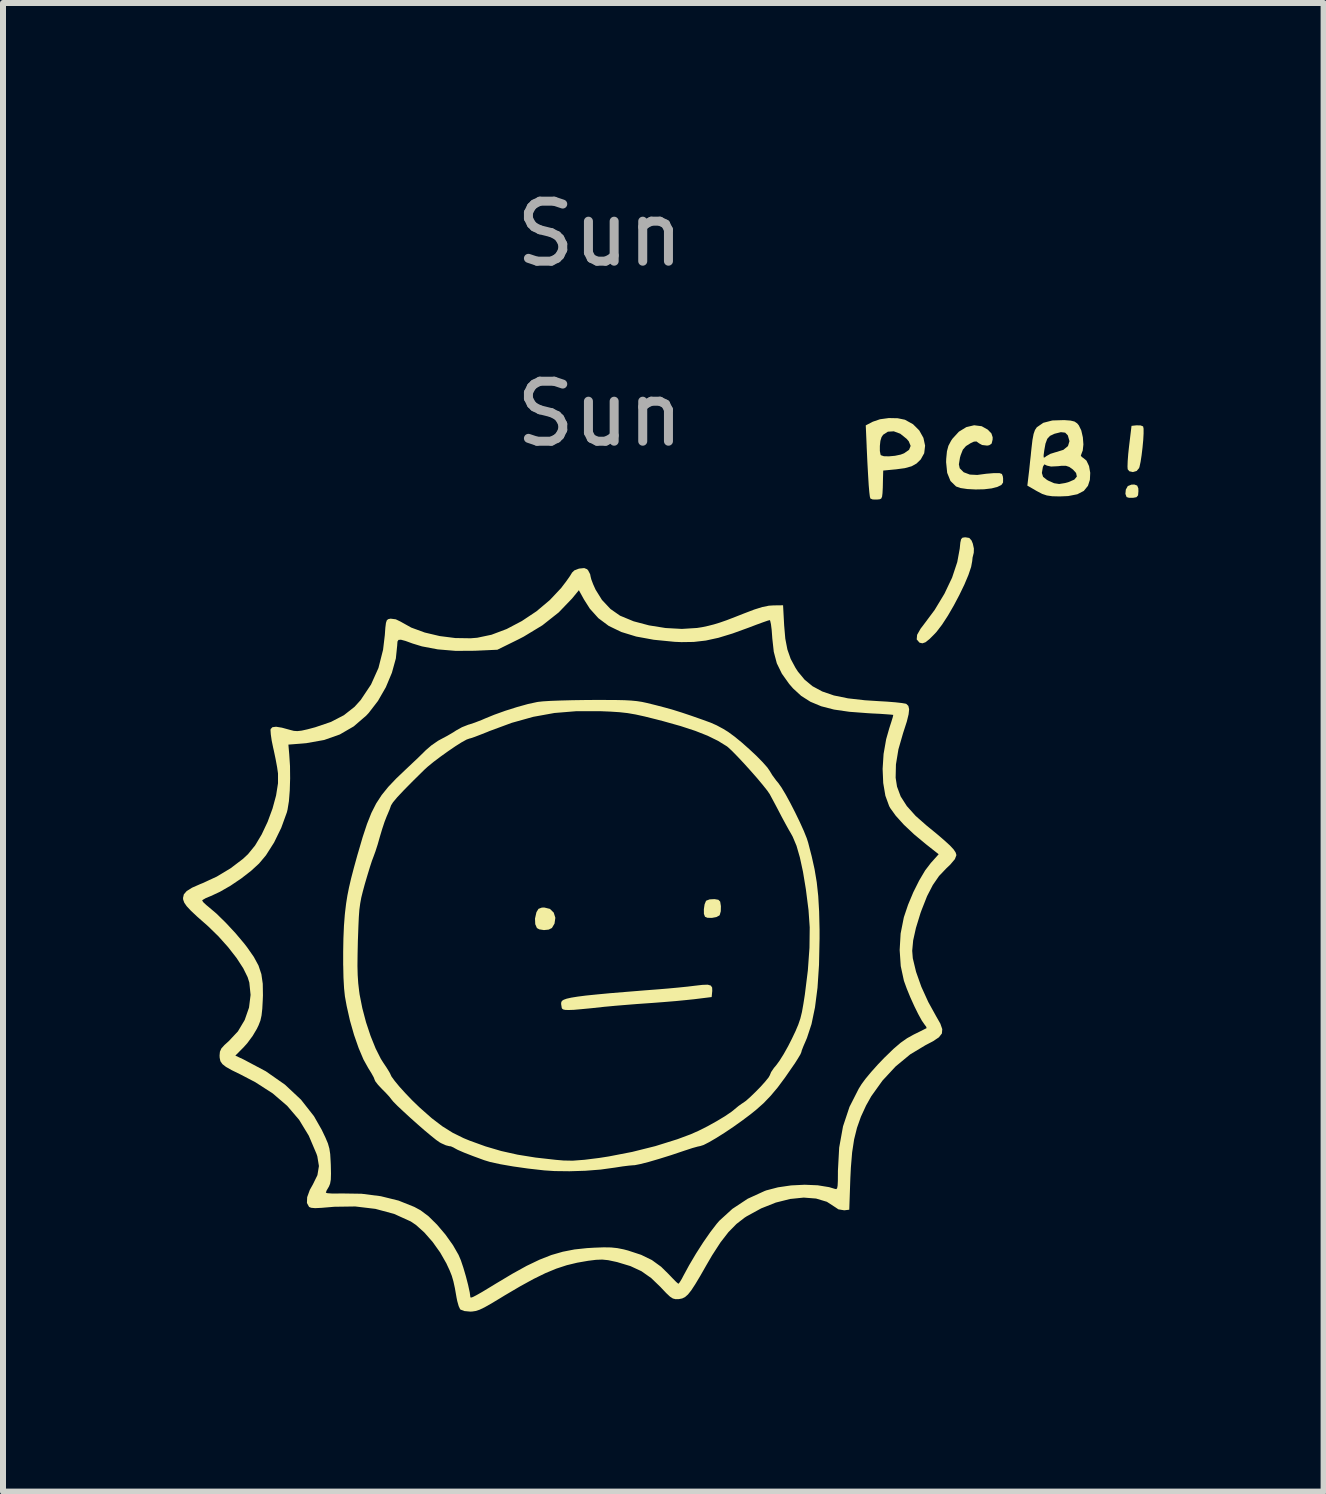
<source format=kicad_pcb>
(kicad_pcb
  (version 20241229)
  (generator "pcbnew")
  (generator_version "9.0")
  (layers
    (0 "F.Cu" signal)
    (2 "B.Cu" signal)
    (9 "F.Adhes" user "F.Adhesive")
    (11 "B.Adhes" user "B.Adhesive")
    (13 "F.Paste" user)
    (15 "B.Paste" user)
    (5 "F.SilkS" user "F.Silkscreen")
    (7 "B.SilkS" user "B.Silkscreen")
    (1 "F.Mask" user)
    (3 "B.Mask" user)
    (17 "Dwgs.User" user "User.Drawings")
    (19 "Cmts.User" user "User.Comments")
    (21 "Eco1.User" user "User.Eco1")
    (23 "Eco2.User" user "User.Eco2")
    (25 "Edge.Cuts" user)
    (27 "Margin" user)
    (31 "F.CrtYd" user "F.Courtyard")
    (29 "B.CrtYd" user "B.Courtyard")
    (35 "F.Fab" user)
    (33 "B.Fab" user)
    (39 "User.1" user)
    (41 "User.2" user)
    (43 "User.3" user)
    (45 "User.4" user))
  (footprint "Sun"
    (layer "F.Cu")
    (at 6.947 12.41)
    (property "Reference" "Sun" (at 0 -11.562 0) (unlocked yes) (layer "F.Fab") (effects (font (size 1 1) (thickness 0.15))))
    (fp_poly (pts (xy 8.954 -7.368) (xy 8.973 -7.323) (xy 8.975 -7.274) (xy 8.969 -7.205) (xy 8.942 -7.174) (xy 8.887 -7.164) (xy 8.818 -7.164) (xy 8.778 -7.176) (xy 8.758 -7.23) (xy 8.765 -7.301) (xy 8.797 -7.358) (xy 8.799 -7.36) (xy 8.86 -7.384) (xy 8.908 -7.385)) (stroke (width 0) (type solid)) (fill yes) (layer "F.SilkS"))
    (fp_poly (pts (xy -0.832 -0.313) (xy -0.769 -0.251) (xy -0.742 -0.165) (xy -0.756 -0.068) (xy -0.799 0.005) (xy -0.853 0.032) (xy -0.932 0.04) (xy -1.01 0.028) (xy -1.049 0.006) (xy -1.077 -0.058) (xy -1.081 -0.152) (xy -1.058 -0.255) (xy -1.055 -0.262) (xy -1.023 -0.314) (xy -0.967 -0.335) (xy -0.925 -0.336)) (stroke (width 0) (type solid)) (fill yes) (layer "F.SilkS"))
    (fp_poly (pts (xy 1.912 -0.476) (xy 1.975 -0.465) (xy 2.005 -0.434) (xy 2.016 -0.365) (xy 2.017 -0.356) (xy 2.015 -0.273) (xy 1.997 -0.211) (xy 1.992 -0.204) (xy 1.942 -0.177) (xy 1.866 -0.163) (xy 1.792 -0.165) (xy 1.752 -0.182) (xy 1.734 -0.23) (xy 1.733 -0.308) (xy 1.745 -0.389) (xy 1.768 -0.445) (xy 1.774 -0.451) (xy 1.83 -0.472) (xy 1.909 -0.476)) (stroke (width 0) (type solid)) (fill yes) (layer "F.SilkS"))
    (fp_poly (pts (xy 9.012 -8.37) (xy 9.053 -8.354) (xy 9.061 -8.316) (xy 9.061 -8.234) (xy 9.055 -8.124) (xy 9.043 -7.999) (xy 9.028 -7.874) (xy 9.011 -7.763) (xy 8.993 -7.68) (xy 8.986 -7.659) (xy 8.945 -7.611) (xy 8.883 -7.593) (xy 8.824 -7.606) (xy 8.796 -7.639) (xy 8.793 -7.684) (xy 8.796 -7.774) (xy 8.805 -7.894) (xy 8.819 -8.023) (xy 8.86 -8.363) (xy 8.943 -8.372)) (stroke (width 0) (type solid)) (fill yes) (layer "F.SilkS"))
    (fp_poly (pts (xy 6.156 -6.495) (xy 6.193 -6.454) (xy 6.215 -6.401) (xy 6.233 -6.318) (xy 6.231 -6.249) (xy 6.229 -6.241) (xy 6.211 -6.168) (xy 6.205 -6.109) (xy 6.187 -6.012) (xy 6.142 -5.878) (xy 6.075 -5.719) (xy 5.991 -5.545) (xy 5.898 -5.369) (xy 5.8 -5.2) (xy 5.703 -5.051) (xy 5.612 -4.932) (xy 5.582 -4.899) (xy 5.491 -4.808) (xy 5.425 -4.756) (xy 5.375 -4.739) (xy 5.33 -4.749) (xy 5.324 -4.753) (xy 5.28 -4.804) (xy 5.287 -4.881) (xy 5.345 -4.983) (xy 5.385 -5.035) (xy 5.579 -5.295) (xy 5.742 -5.565) (xy 5.87 -5.834) (xy 5.956 -6.093) (xy 5.997 -6.316) (xy 6.007 -6.417) (xy 6.02 -6.474) (xy 6.042 -6.499) (xy 6.08 -6.505) (xy 6.096 -6.505)) (stroke (width 0) (type solid)) (fill yes) (layer "F.SilkS"))
    (fp_poly (pts (xy 1.849 0.965) (xy 1.871 0.998) (xy 1.873 1.055) (xy 1.872 1.063) (xy 1.863 1.156) (xy 1.573 1.192) (xy 1.438 1.206) (xy 1.264 1.223) (xy 1.07 1.239) (xy 0.876 1.254) (xy 0.803 1.259) (xy 0.619 1.272) (xy 0.433 1.287) (xy 0.262 1.301) (xy 0.124 1.314) (xy 0.078 1.318) (xy -0.142 1.342) (xy -0.31 1.358) (xy -0.434 1.369) (xy -0.522 1.372) (xy -0.579 1.37) (xy -0.613 1.362) (xy -0.63 1.348) (xy -0.635 1.339) (xy -0.646 1.27) (xy -0.643 1.241) (xy -0.632 1.22) (xy -0.603 1.201) (xy -0.553 1.183) (xy -0.477 1.166) (xy -0.372 1.149) (xy -0.232 1.131) (xy -0.054 1.113) (xy 0.167 1.092) (xy 0.435 1.07) (xy 0.755 1.044) (xy 0.963 1.028) (xy 1.132 1.014) (xy 1.305 0.998) (xy 1.462 0.982) (xy 1.57 0.969) (xy 1.708 0.953) (xy 1.798 0.95)) (stroke (width 0) (type solid)) (fill yes) (layer "F.SilkS"))
    (fp_poly (pts (xy 6.363 -8.357) (xy 6.463 -8.301) (xy 6.525 -8.237) (xy 6.546 -8.173) (xy 6.545 -8.134) (xy 6.529 -8.068) (xy 6.488 -8.04) (xy 6.454 -8.034) (xy 6.369 -8.044) (xy 6.319 -8.072) (xy 6.276 -8.103) (xy 6.233 -8.1) (xy 6.181 -8.076) (xy 6.101 -8.026) (xy 6.049 -7.966) (xy 6.013 -7.875) (xy 6.001 -7.833) (xy 5.983 -7.721) (xy 5.997 -7.656) (xy 6.063 -7.59) (xy 6.166 -7.551) (xy 6.289 -7.545) (xy 6.327 -7.55) (xy 6.44 -7.565) (xy 6.56 -7.575) (xy 6.58 -7.575) (xy 6.661 -7.575) (xy 6.7 -7.561) (xy 6.715 -7.522) (xy 6.72 -7.484) (xy 6.719 -7.418) (xy 6.692 -7.379) (xy 6.626 -7.346) (xy 6.53 -7.321) (xy 6.403 -7.306) (xy 6.261 -7.303) (xy 6.124 -7.31) (xy 6.009 -7.327) (xy 5.936 -7.353) (xy 5.843 -7.444) (xy 5.788 -7.58) (xy 5.77 -7.758) (xy 5.772 -7.816) (xy 5.784 -7.939) (xy 5.808 -8.03) (xy 5.853 -8.115) (xy 5.876 -8.149) (xy 5.983 -8.266) (xy 6.107 -8.342) (xy 6.237 -8.373)) (stroke (width 0) (type solid)) (fill yes) (layer "F.SilkS"))
    (fp_poly (pts (xy 4.963 -8.49) (xy 5.084 -8.465) (xy 5.219 -8.39) (xy 5.323 -8.286) (xy 5.392 -8.163) (xy 5.42 -8.033) (xy 5.405 -7.907) (xy 5.347 -7.803) (xy 5.277 -7.735) (xy 5.194 -7.689) (xy 5.081 -7.658) (xy 4.925 -7.637) (xy 4.918 -7.637) (xy 4.722 -7.618) (xy 4.718 -7.482) (xy 4.715 -7.338) (xy 4.71 -7.241) (xy 4.703 -7.183) (xy 4.689 -7.152) (xy 4.666 -7.14) (xy 4.631 -7.136) (xy 4.616 -7.135) (xy 4.547 -7.136) (xy 4.508 -7.152) (xy 4.508 -7.153) (xy 4.499 -7.186) (xy 4.49 -7.26) (xy 4.48 -7.377) (xy 4.47 -7.542) (xy 4.458 -7.758) (xy 4.446 -8.018) (xy 4.446 -8.028) (xy 4.666 -8.028) (xy 4.666 -7.944) (xy 4.677 -7.885) (xy 4.683 -7.874) (xy 4.732 -7.857) (xy 4.817 -7.855) (xy 4.917 -7.864) (xy 5.013 -7.884) (xy 5.07 -7.906) (xy 5.153 -7.964) (xy 5.179 -8.029) (xy 5.148 -8.105) (xy 5.112 -8.147) (xy 5.006 -8.232) (xy 4.898 -8.272) (xy 4.8 -8.266) (xy 4.721 -8.215) (xy 4.694 -8.175) (xy 4.675 -8.113) (xy 4.666 -8.028) (xy 4.446 -8.028) (xy 4.431 -8.371) (xy 4.548 -8.432) (xy 4.668 -8.473) (xy 4.815 -8.493)) (stroke (width 0) (type solid)) (fill yes) (layer "F.SilkS"))
    (fp_poly (pts (xy 7.738 -8.459) (xy 7.844 -8.451) (xy 7.91 -8.435) (xy 7.955 -8.404) (xy 7.982 -8.371) (xy 8.023 -8.286) (xy 8.049 -8.172) (xy 8.058 -8.053) (xy 8.047 -7.952) (xy 8.033 -7.917) (xy 8.015 -7.866) (xy 8.036 -7.84) (xy 8.046 -7.836) (xy 8.109 -7.784) (xy 8.152 -7.693) (xy 8.172 -7.58) (xy 8.166 -7.463) (xy 8.134 -7.364) (xy 8.065 -7.279) (xy 7.957 -7.223) (xy 7.804 -7.193) (xy 7.664 -7.187) (xy 7.539 -7.19) (xy 7.449 -7.203) (xy 7.371 -7.229) (xy 7.282 -7.276) (xy 7.28 -7.277) (xy 7.124 -7.367) (xy 7.143 -7.528) (xy 7.149 -7.578) (xy 7.366 -7.578) (xy 7.386 -7.514) (xy 7.45 -7.463) (xy 7.473 -7.45) (xy 7.57 -7.407) (xy 7.654 -7.394) (xy 7.753 -7.41) (xy 7.805 -7.424) (xy 7.906 -7.467) (xy 7.949 -7.518) (xy 7.936 -7.578) (xy 7.884 -7.635) (xy 7.824 -7.678) (xy 7.768 -7.697) (xy 7.69 -7.697) (xy 7.638 -7.691) (xy 7.519 -7.685) (xy 7.448 -7.701) (xy 7.44 -7.706) (xy 7.407 -7.721) (xy 7.386 -7.686) (xy 7.382 -7.674) (xy 7.366 -7.578) (xy 7.149 -7.578) (xy 7.155 -7.629) (xy 7.169 -7.766) (xy 7.181 -7.872) (xy 7.395 -7.872) (xy 7.396 -7.836) (xy 7.413 -7.837) (xy 7.44 -7.858) (xy 7.506 -7.896) (xy 7.592 -7.923) (xy 7.597 -7.924) (xy 7.724 -7.963) (xy 7.801 -8.026) (xy 7.826 -8.108) (xy 7.798 -8.205) (xy 7.754 -8.25) (xy 7.683 -8.258) (xy 7.575 -8.231) (xy 7.571 -8.229) (xy 7.501 -8.196) (xy 7.456 -8.147) (xy 7.426 -8.067) (xy 7.406 -7.956) (xy 7.395 -7.872) (xy 7.181 -7.872) (xy 7.185 -7.915) (xy 7.192 -7.982) (xy 7.209 -8.128) (xy 7.228 -8.228) (xy 7.251 -8.294) (xy 7.282 -8.34) (xy 7.284 -8.341) (xy 7.39 -8.414) (xy 7.541 -8.453) (xy 7.738 -8.459)) (stroke (width 0) (type solid)) (fill yes) (layer "F.SilkS"))
    (fp_poly (pts (xy 0.275 -3.794) (xy 0.412 -3.791) (xy 0.522 -3.785) (xy 0.615 -3.776) (xy 0.7 -3.763) (xy 0.788 -3.744) (xy 0.889 -3.719) (xy 0.937 -3.707) (xy 1.09 -3.667) (xy 1.228 -3.628) (xy 1.368 -3.584) (xy 1.523 -3.532) (xy 1.708 -3.467) (xy 1.848 -3.416) (xy 1.945 -3.373) (xy 2.06 -3.311) (xy 2.139 -3.262) (xy 2.244 -3.185) (xy 2.365 -3.086) (xy 2.49 -2.975) (xy 2.61 -2.863) (xy 2.713 -2.758) (xy 2.79 -2.671) (xy 2.827 -2.618) (xy 2.874 -2.541) (xy 2.94 -2.451) (xy 2.973 -2.412) (xy 3.026 -2.337) (xy 3.095 -2.222) (xy 3.173 -2.079) (xy 3.254 -1.921) (xy 3.331 -1.762) (xy 3.398 -1.614) (xy 3.448 -1.49) (xy 3.471 -1.418) (xy 3.499 -1.309) (xy 3.527 -1.201) (xy 3.531 -1.185) (xy 3.578 -0.974) (xy 3.614 -0.758) (xy 3.639 -0.527) (xy 3.654 -0.268) (xy 3.661 0.031) (xy 3.661 0.186) (xy 3.652 0.62) (xy 3.627 1) (xy 3.585 1.328) (xy 3.527 1.607) (xy 3.451 1.838) (xy 3.428 1.892) (xy 3.39 1.98) (xy 3.364 2.047) (xy 3.358 2.073) (xy 3.343 2.109) (xy 3.302 2.178) (xy 3.245 2.268) (xy 3.234 2.283) (xy 3.089 2.493) (xy 2.963 2.663) (xy 2.845 2.803) (xy 2.729 2.924) (xy 2.603 3.036) (xy 2.507 3.113) (xy 2.371 3.215) (xy 2.225 3.319) (xy 2.079 3.417) (xy 1.941 3.504) (xy 1.821 3.574) (xy 1.729 3.621) (xy 1.674 3.639) (xy 1.673 3.639) (xy 1.626 3.649) (xy 1.54 3.673) (xy 1.434 3.708) (xy 1.412 3.715) (xy 1.189 3.79) (xy 0.987 3.853) (xy 0.813 3.904) (xy 0.675 3.939) (xy 0.581 3.958) (xy 0.557 3.959) (xy 0.486 3.965) (xy 0.38 3.978) (xy 0.258 3.997) (xy 0.237 4) (xy 0.013 4.031) (xy -0.242 4.051) (xy -0.506 4.059) (xy -0.755 4.056) (xy -0.924 4.045) (xy -1.198 4.014) (xy -1.445 3.979) (xy -1.658 3.942) (xy -1.828 3.905) (xy -1.927 3.875) (xy -2.115 3.806) (xy -2.264 3.748) (xy -2.37 3.702) (xy -2.427 3.671) (xy -2.432 3.667) (xy -2.483 3.644) (xy -2.51 3.641) (xy -2.566 3.627) (xy -2.644 3.592) (xy -2.671 3.577) (xy -2.728 3.537) (xy -2.815 3.467) (xy -2.923 3.377) (xy -3.042 3.273) (xy -3.163 3.165) (xy -3.276 3.061) (xy -3.373 2.97) (xy -3.443 2.899) (xy -3.476 2.859) (xy -3.511 2.814) (xy -3.573 2.747) (xy -3.629 2.691) (xy -3.696 2.62) (xy -3.741 2.562) (xy -3.754 2.534) (xy -3.769 2.494) (xy -3.809 2.422) (xy -3.86 2.34) (xy -3.94 2.196) (xy -4.02 2.007) (xy -4.097 1.786) (xy -4.165 1.548) (xy -4.22 1.304) (xy -4.249 1.144) (xy -4.263 1.01) (xy -4.273 0.832) (xy -4.277 0.636) (xy -4.04 0.636) (xy -4.036 0.791) (xy -4.027 0.927) (xy -4.012 1.055) (xy -4.004 1.114) (xy -3.959 1.341) (xy -3.897 1.576) (xy -3.821 1.805) (xy -3.737 2.013) (xy -3.651 2.184) (xy -3.612 2.246) (xy -3.554 2.333) (xy -3.512 2.401) (xy -3.493 2.435) (xy -3.493 2.437) (xy -3.473 2.48) (xy -3.419 2.554) (xy -3.339 2.651) (xy -3.239 2.761) (xy -3.129 2.876) (xy -3.015 2.986) (xy -2.997 3.003) (xy -2.802 3.175) (xy -2.625 3.31) (xy -2.454 3.417) (xy -2.272 3.507) (xy -2.17 3.549) (xy -1.905 3.645) (xy -1.643 3.722) (xy -1.37 3.783) (xy -1.071 3.831) (xy -0.733 3.869) (xy -0.605 3.88) (xy -0.454 3.883) (xy -0.257 3.868) (xy -0.009 3.837) (xy 0.15 3.812) (xy 0.537 3.737) (xy 0.925 3.64) (xy 1.29 3.526) (xy 1.513 3.443) (xy 1.646 3.384) (xy 1.795 3.309) (xy 1.946 3.225) (xy 2.084 3.142) (xy 2.193 3.068) (xy 2.24 3.03) (xy 2.31 2.972) (xy 2.372 2.928) (xy 2.381 2.923) (xy 2.435 2.885) (xy 2.51 2.818) (xy 2.596 2.735) (xy 2.682 2.647) (xy 2.757 2.563) (xy 2.812 2.495) (xy 2.835 2.454) (xy 2.835 2.452) (xy 2.854 2.406) (xy 2.901 2.337) (xy 2.94 2.291) (xy 2.994 2.217) (xy 3.063 2.107) (xy 3.137 1.975) (xy 3.198 1.855) (xy 3.261 1.723) (xy 3.307 1.614) (xy 3.341 1.514) (xy 3.368 1.404) (xy 3.392 1.268) (xy 3.416 1.115) (xy 3.466 0.712) (xy 3.493 0.335) (xy 3.497 -0.006) (xy 3.477 -0.294) (xy 3.433 -0.64) (xy 3.385 -0.931) (xy 3.333 -1.171) (xy 3.277 -1.365) (xy 3.214 -1.515) (xy 3.184 -1.57) (xy 3.145 -1.637) (xy 3.09 -1.737) (xy 3.029 -1.85) (xy 3.016 -1.875) (xy 2.953 -1.996) (xy 2.889 -2.116) (xy 2.838 -2.211) (xy 2.833 -2.221) (xy 2.791 -2.283) (xy 2.717 -2.376) (xy 2.622 -2.49) (xy 2.513 -2.614) (xy 2.401 -2.738) (xy 2.294 -2.852) (xy 2.202 -2.946) (xy 2.134 -3.009) (xy 2.116 -3.023) (xy 1.968 -3.114) (xy 1.795 -3.199) (xy 1.59 -3.28) (xy 1.346 -3.36) (xy 1.054 -3.442) (xy 0.934 -3.473) (xy 0.746 -3.52) (xy 0.596 -3.553) (xy 0.463 -3.576) (xy 0.329 -3.591) (xy 0.176 -3.601) (xy 0.005 -3.608) (xy -0.391 -3.608) (xy -0.757 -3.578) (xy -1.11 -3.514) (xy -1.468 -3.414) (xy -1.847 -3.274) (xy -1.867 -3.265) (xy -1.986 -3.218) (xy -2.085 -3.18) (xy -2.153 -3.157) (xy -2.174 -3.152) (xy -2.221 -3.135) (xy -2.303 -3.09) (xy -2.409 -3.023) (xy -2.529 -2.941) (xy -2.652 -2.853) (xy -2.769 -2.765) (xy -2.867 -2.685) (xy -2.92 -2.637) (xy -3.114 -2.446) (xy -3.266 -2.292) (xy -3.377 -2.174) (xy -3.448 -2.089) (xy -3.48 -2.038) (xy -3.481 -2.035) (xy -3.503 -1.973) (xy -3.539 -1.887) (xy -3.553 -1.855) (xy -3.588 -1.765) (xy -3.628 -1.644) (xy -3.666 -1.517) (xy -3.668 -1.51) (xy -3.703 -1.387) (xy -3.74 -1.272) (xy -3.771 -1.187) (xy -3.773 -1.182) (xy -3.799 -1.113) (xy -3.835 -1.002) (xy -3.876 -0.867) (xy -3.917 -0.728) (xy -3.95 -0.606) (xy -3.976 -0.502) (xy -3.994 -0.404) (xy -4.008 -0.301) (xy -4.017 -0.179) (xy -4.024 -0.027) (xy -4.031 0.168) (xy -4.033 0.215) (xy -4.038 0.448) (xy -4.04 0.636) (xy -4.277 0.636) (xy -4.278 0.624) (xy -4.278 0.402) (xy -4.274 0.178) (xy -4.265 -0.031) (xy -4.251 -0.213) (xy -4.246 -0.26) (xy -4.229 -0.402) (xy -4.208 -0.534) (xy -4.181 -0.669) (xy -4.146 -0.82) (xy -4.099 -1) (xy -4.038 -1.221) (xy -4.032 -1.24) (xy -3.954 -1.507) (xy -3.881 -1.728) (xy -3.808 -1.912) (xy -3.728 -2.07) (xy -3.636 -2.211) (xy -3.526 -2.347) (xy -3.393 -2.487) (xy -3.246 -2.627) (xy -3.137 -2.73) (xy -3.03 -2.831) (xy -2.942 -2.917) (xy -2.903 -2.956) (xy -2.808 -3.038) (xy -2.695 -3.116) (xy -2.645 -3.143) (xy -2.54 -3.199) (xy -2.438 -3.259) (xy -2.397 -3.286) (xy -2.298 -3.341) (xy -2.192 -3.383) (xy -2.179 -3.386) (xy -2.083 -3.418) (xy -1.969 -3.462) (xy -1.914 -3.486) (xy -1.76 -3.549) (xy -1.576 -3.615) (xy -1.383 -3.676) (xy -1.2 -3.727) (xy -1.048 -3.76) (xy -1.03 -3.763) (xy -0.947 -3.772) (xy -0.816 -3.78) (xy -0.649 -3.786) (xy -0.457 -3.791) (xy -0.25 -3.794) (xy -0.124 -3.795) (xy 0.099 -3.795)) (stroke (width 0) (type solid)) (fill yes) (layer "F.SilkS"))
    (fp_poly (pts (xy -0.213 -5.974) (xy -0.194 -5.952) (xy -0.162 -5.89) (xy -0.155 -5.853) (xy -0.143 -5.805) (xy -0.112 -5.723) (xy -0.072 -5.634) (xy 0.035 -5.462) (xy 0.177 -5.311) (xy 0.337 -5.199) (xy 0.34 -5.198) (xy 0.562 -5.106) (xy 0.819 -5.038) (xy 1.094 -4.994) (xy 1.367 -4.979) (xy 1.62 -4.995) (xy 1.703 -5.008) (xy 1.806 -5.03) (xy 1.9 -5.054) (xy 1.998 -5.084) (xy 2.113 -5.124) (xy 2.258 -5.18) (xy 2.4 -5.236) (xy 2.573 -5.302) (xy 2.707 -5.344) (xy 2.816 -5.366) (xy 2.893 -5.371) (xy 3.053 -5.373) (xy 3.071 -5.039) (xy 3.09 -4.817) (xy 3.125 -4.636) (xy 3.18 -4.479) (xy 3.26 -4.33) (xy 3.301 -4.267) (xy 3.412 -4.133) (xy 3.544 -4.024) (xy 3.705 -3.937) (xy 3.9 -3.87) (xy 4.135 -3.822) (xy 4.417 -3.79) (xy 4.635 -3.776) (xy 4.789 -3.767) (xy 4.925 -3.756) (xy 5.032 -3.744) (xy 5.096 -3.733) (xy 5.107 -3.729) (xy 5.141 -3.696) (xy 5.154 -3.641) (xy 5.145 -3.556) (xy 5.115 -3.434) (xy 5.061 -3.267) (xy 5.052 -3.239) (xy 4.975 -2.971) (xy 4.934 -2.721) (xy 4.929 -2.499) (xy 4.952 -2.351) (xy 5.013 -2.187) (xy 5.116 -2.026) (xy 5.264 -1.861) (xy 5.446 -1.701) (xy 5.616 -1.562) (xy 5.744 -1.452) (xy 5.836 -1.368) (xy 5.896 -1.303) (xy 5.929 -1.253) (xy 5.941 -1.213) (xy 5.941 -1.206) (xy 5.916 -1.142) (xy 5.841 -1.053) (xy 5.772 -0.987) (xy 5.652 -0.861) (xy 5.548 -0.71) (xy 5.453 -0.526) (xy 5.362 -0.295) (xy 5.343 -0.243) (xy 5.267 0.005) (xy 5.221 0.212) (xy 5.205 0.385) (xy 5.215 0.51) (xy 5.269 0.735) (xy 5.357 0.984) (xy 5.473 1.239) (xy 5.605 1.478) (xy 5.674 1.599) (xy 5.706 1.691) (xy 5.7 1.763) (xy 5.65 1.827) (xy 5.553 1.892) (xy 5.425 1.959) (xy 5.171 2.112) (xy 4.929 2.312) (xy 4.71 2.548) (xy 4.523 2.809) (xy 4.436 2.964) (xy 4.35 3.151) (xy 4.285 3.335) (xy 4.237 3.528) (xy 4.204 3.744) (xy 4.183 3.997) (xy 4.174 4.178) (xy 4.156 4.7) (xy 4.073 4.71) (xy 3.975 4.694) (xy 3.928 4.662) (xy 3.783 4.568) (xy 3.603 4.514) (xy 3.397 4.498) (xy 3.171 4.521) (xy 2.932 4.581) (xy 2.688 4.678) (xy 2.447 4.81) (xy 2.414 4.831) (xy 2.277 4.937) (xy 2.144 5.072) (xy 2.01 5.245) (xy 1.87 5.461) (xy 1.778 5.619) (xy 1.673 5.803) (xy 1.589 5.943) (xy 1.523 6.044) (xy 1.468 6.113) (xy 1.419 6.156) (xy 1.372 6.179) (xy 1.321 6.189) (xy 1.315 6.19) (xy 1.262 6.191) (xy 1.217 6.18) (xy 1.169 6.149) (xy 1.106 6.09) (xy 1.017 5.996) (xy 1.012 5.99) (xy 0.855 5.839) (xy 0.693 5.725) (xy 0.51 5.64) (xy 0.288 5.573) (xy 0.261 5.567) (xy 0.139 5.541) (xy 0.04 5.531) (xy -0.064 5.535) (xy -0.194 5.551) (xy -0.378 5.583) (xy -0.552 5.625) (xy -0.726 5.682) (xy -0.907 5.757) (xy -1.105 5.854) (xy -1.329 5.977) (xy -1.589 6.13) (xy -1.664 6.176) (xy -1.812 6.265) (xy -1.922 6.327) (xy -2.005 6.367) (xy -2.071 6.388) (xy -2.13 6.397) (xy -2.161 6.398) (xy -2.258 6.389) (xy -2.321 6.365) (xy -2.329 6.358) (xy -2.353 6.307) (xy -2.377 6.222) (xy -2.389 6.162) (xy -2.416 6.008) (xy -2.441 5.894) (xy -2.468 5.801) (xy -2.503 5.713) (xy -2.551 5.61) (xy -2.556 5.598) (xy -2.661 5.414) (xy -2.788 5.236) (xy -2.927 5.078) (xy -3.065 4.954) (xy -3.151 4.896) (xy -3.429 4.77) (xy -3.741 4.686) (xy -4.076 4.646) (xy -4.426 4.651) (xy -4.486 4.656) (xy -4.64 4.669) (xy -4.745 4.674) (xy -4.811 4.668) (xy -4.846 4.654) (xy -4.882 4.588) (xy -4.878 4.491) (xy -4.834 4.37) (xy -4.784 4.281) (xy -4.707 4.124) (xy -4.682 3.972) (xy -4.709 3.809) (xy -4.723 3.768) (xy -4.851 3.467) (xy -5.012 3.202) (xy -5.211 2.969) (xy -5.452 2.762) (xy -5.742 2.575) (xy -5.989 2.446) (xy -6.132 2.376) (xy -6.23 2.321) (xy -6.291 2.273) (xy -6.324 2.225) (xy -6.336 2.169) (xy -6.338 2.13) (xy -6.332 2.067) (xy -6.309 2.014) (xy -6.257 1.956) (xy -6.184 1.89) (xy -6.032 1.728) (xy -5.919 1.538) (xy -5.847 1.331) (xy -5.821 1.12) (xy -5.842 0.915) (xy -5.87 0.825) (xy -5.943 0.677) (xy -6.054 0.506) (xy -6.195 0.325) (xy -6.356 0.145) (xy -6.528 -0.023) (xy -6.571 -0.061) (xy -6.713 -0.186) (xy -6.816 -0.283) (xy -6.885 -0.357) (xy -6.926 -0.416) (xy -6.939 -0.452) (xy -6.628 -0.452) (xy -6.607 -0.422) (xy -6.555 -0.374) (xy -6.534 -0.357) (xy -6.391 -0.236) (xy -6.233 -0.081) (xy -6.073 0.091) (xy -5.928 0.263) (xy -5.88 0.325) (xy -5.767 0.487) (xy -5.689 0.631) (xy -5.641 0.775) (xy -5.618 0.935) (xy -5.615 1.128) (xy -5.618 1.204) (xy -5.626 1.352) (xy -5.638 1.461) (xy -5.657 1.547) (xy -5.688 1.627) (xy -5.716 1.685) (xy -5.786 1.803) (xy -5.876 1.925) (xy -5.938 1.994) (xy -6.075 2.132) (xy -5.938 2.196) (xy -5.567 2.393) (xy -5.248 2.616) (xy -4.981 2.866) (xy -4.765 3.141) (xy -4.635 3.369) (xy -4.573 3.499) (xy -4.532 3.596) (xy -4.508 3.681) (xy -4.494 3.773) (xy -4.487 3.891) (xy -4.484 3.953) (xy -4.481 4.099) (xy -4.484 4.199) (xy -4.496 4.267) (xy -4.516 4.316) (xy -4.52 4.322) (xy -4.554 4.38) (xy -4.567 4.416) (xy -4.54 4.425) (xy -4.468 4.43) (xy -4.364 4.43) (xy -4.307 4.429) (xy -3.972 4.434) (xy -3.651 4.475) (xy -3.355 4.548) (xy -3.093 4.653) (xy -2.988 4.71) (xy -2.856 4.809) (xy -2.714 4.949) (xy -2.574 5.114) (xy -2.448 5.291) (xy -2.355 5.453) (xy -2.317 5.542) (xy -2.275 5.667) (xy -2.233 5.81) (xy -2.196 5.953) (xy -2.169 6.077) (xy -2.158 6.159) (xy -2.148 6.165) (xy -2.116 6.155) (xy -2.056 6.124) (xy -1.961 6.07) (xy -1.827 5.989) (xy -1.737 5.934) (xy -1.461 5.769) (xy -1.221 5.636) (xy -1.006 5.533) (xy -0.808 5.455) (xy -0.617 5.4) (xy -0.422 5.362) (xy -0.215 5.34) (xy -0.096 5.333) (xy 0.064 5.327) (xy 0.187 5.329) (xy 0.291 5.34) (xy 0.397 5.361) (xy 0.469 5.38) (xy 0.688 5.452) (xy 0.867 5.539) (xy 1.021 5.651) (xy 1.138 5.766) (xy 1.213 5.844) (xy 1.272 5.904) (xy 1.306 5.933) (xy 1.309 5.934) (xy 1.33 5.91) (xy 1.366 5.851) (xy 1.387 5.81) (xy 1.487 5.626) (xy 1.601 5.433) (xy 1.722 5.244) (xy 1.841 5.073) (xy 1.947 4.935) (xy 1.991 4.884) (xy 2.208 4.686) (xy 2.464 4.517) (xy 2.744 4.389) (xy 2.773 4.378) (xy 2.968 4.327) (xy 3.187 4.295) (xy 3.413 4.284) (xy 3.63 4.293) (xy 3.821 4.324) (xy 3.917 4.353) (xy 3.939 4.357) (xy 3.954 4.342) (xy 3.962 4.299) (xy 3.966 4.219) (xy 3.967 4.092) (xy 3.967 4.054) (xy 3.988 3.665) (xy 4.052 3.311) (xy 4.16 2.986) (xy 4.314 2.683) (xy 4.362 2.606) (xy 4.427 2.518) (xy 4.521 2.405) (xy 4.632 2.281) (xy 4.748 2.16) (xy 4.751 2.158) (xy 4.893 2.02) (xy 5.012 1.918) (xy 5.12 1.842) (xy 5.23 1.781) (xy 5.328 1.733) (xy 5.403 1.695) (xy 5.443 1.675) (xy 5.445 1.674) (xy 5.438 1.65) (xy 5.412 1.616) (xy 5.365 1.548) (xy 5.305 1.439) (xy 5.239 1.305) (xy 5.173 1.159) (xy 5.114 1.015) (xy 5.068 0.888) (xy 5.066 0.881) (xy 5.014 0.64) (xy 4.996 0.372) (xy 5.012 0.098) (xy 5.063 -0.16) (xy 5.067 -0.177) (xy 5.136 -0.382) (xy 5.223 -0.59) (xy 5.321 -0.786) (xy 5.421 -0.955) (xy 5.516 -1.079) (xy 5.646 -1.224) (xy 5.438 -1.388) (xy 5.238 -1.554) (xy 5.067 -1.715) (xy 4.932 -1.864) (xy 4.839 -1.993) (xy 4.821 -2.026) (xy 4.758 -2.199) (xy 4.722 -2.411) (xy 4.712 -2.647) (xy 4.728 -2.895) (xy 4.771 -3.141) (xy 4.823 -3.324) (xy 4.856 -3.426) (xy 4.88 -3.504) (xy 4.889 -3.544) (xy 4.889 -3.546) (xy 4.859 -3.55) (xy 4.782 -3.556) (xy 4.667 -3.564) (xy 4.525 -3.571) (xy 4.461 -3.575) (xy 4.157 -3.598) (xy 3.902 -3.635) (xy 3.689 -3.69) (xy 3.509 -3.765) (xy 3.355 -3.863) (xy 3.22 -3.987) (xy 3.154 -4.063) (xy 3.033 -4.233) (xy 2.949 -4.405) (xy 2.898 -4.598) (xy 2.873 -4.826) (xy 2.872 -4.843) (xy 2.863 -4.963) (xy 2.851 -5.058) (xy 2.838 -5.115) (xy 2.831 -5.126) (xy 2.795 -5.116) (xy 2.717 -5.089) (xy 2.608 -5.049) (xy 2.479 -5) (xy 2.479 -5) (xy 2.209 -4.902) (xy 1.976 -4.831) (xy 1.765 -4.785) (xy 1.564 -4.762) (xy 1.359 -4.759) (xy 1.244 -4.764) (xy 0.9 -4.798) (xy 0.605 -4.852) (xy 0.357 -4.928) (xy 0.148 -5.029) (xy -0.025 -5.158) (xy -0.167 -5.316) (xy -0.265 -5.47) (xy -0.35 -5.624) (xy -0.463 -5.486) (xy -0.686 -5.254) (xy -0.958 -5.039) (xy -1.27 -4.85) (xy -1.359 -4.804) (xy -1.708 -4.632) (xy -2.085 -4.615) (xy -2.403 -4.613) (xy -2.701 -4.638) (xy -2.965 -4.688) (xy -3.122 -4.736) (xy -3.24 -4.779) (xy -3.315 -4.799) (xy -3.356 -4.796) (xy -3.373 -4.769) (xy -3.377 -4.716) (xy -3.377 -4.71) (xy -3.4 -4.487) (xy -3.466 -4.248) (xy -3.567 -4.007) (xy -3.698 -3.779) (xy -3.852 -3.579) (xy -3.895 -3.533) (xy -4.103 -3.354) (xy -4.334 -3.22) (xy -4.595 -3.128) (xy -4.893 -3.075) (xy -4.973 -3.068) (xy -5.191 -3.051) (xy -5.177 -2.891) (xy -5.164 -2.693) (xy -5.162 -2.487) (xy -5.168 -2.287) (xy -5.182 -2.109) (xy -5.205 -1.968) (xy -5.216 -1.923) (xy -5.31 -1.664) (xy -5.429 -1.42) (xy -5.565 -1.206) (xy -5.68 -1.069) (xy -5.813 -0.947) (xy -5.977 -0.82) (xy -6.156 -0.699) (xy -6.332 -0.598) (xy -6.486 -0.526) (xy -6.49 -0.525) (xy -6.569 -0.492) (xy -6.619 -0.463) (xy -6.628 -0.452) (xy -6.939 -0.452) (xy -6.944 -0.465) (xy -6.947 -0.495) (xy -6.933 -0.556) (xy -6.885 -0.611) (xy -6.797 -0.666) (xy -6.661 -0.726) (xy -6.621 -0.742) (xy -6.385 -0.851) (xy -6.154 -0.99) (xy -5.95 -1.145) (xy -5.864 -1.225) (xy -5.746 -1.37) (xy -5.636 -1.554) (xy -5.537 -1.764) (xy -5.455 -1.986) (xy -5.396 -2.204) (xy -5.364 -2.406) (xy -5.364 -2.571) (xy -5.379 -2.675) (xy -5.404 -2.81) (xy -5.434 -2.953) (xy -5.444 -2.996) (xy -5.469 -3.117) (xy -5.484 -3.221) (xy -5.489 -3.293) (xy -5.486 -3.311) (xy -5.457 -3.341) (xy -5.396 -3.349) (xy -5.298 -3.333) (xy -5.159 -3.295) (xy -5.1 -3.28) (xy -5.041 -3.276) (xy -4.97 -3.284) (xy -4.871 -3.306) (xy -4.744 -3.34) (xy -4.482 -3.429) (xy -4.266 -3.541) (xy -4.089 -3.68) (xy -3.986 -3.794) (xy -3.814 -4.052) (xy -3.69 -4.328) (xy -3.613 -4.632) (xy -3.584 -4.876) (xy -3.575 -5) (xy -3.565 -5.079) (xy -3.551 -5.122) (xy -3.529 -5.141) (xy -3.494 -5.149) (xy -3.486 -5.15) (xy -3.401 -5.139) (xy -3.326 -5.103) (xy -3.143 -5.001) (xy -2.919 -4.919) (xy -2.67 -4.86) (xy -2.41 -4.827) (xy -2.154 -4.823) (xy -2.043 -4.832) (xy -1.806 -4.882) (xy -1.554 -4.977) (xy -1.301 -5.11) (xy -1.056 -5.273) (xy -0.834 -5.46) (xy -0.644 -5.662) (xy -0.63 -5.681) (xy -0.559 -5.774) (xy -0.502 -5.855) (xy -0.469 -5.908) (xy -0.466 -5.915) (xy -0.426 -5.954) (xy -0.351 -5.983) (xy -0.34 -5.985) (xy -0.261 -5.993)) (stroke (width 0) (type solid)) (fill yes) (layer "F.SilkS"))
    (fp_text user "${REFERENCE}" (at 0 -8.562 0) (unlocked yes) (layer "F.Fab") (effects (font (size 1 1) (thickness 0.15)))))
  (gr_rect
    (start -3 -3)
    (end 19.008 21.808)
    (stroke (width 0.1) (type default))
    (fill no)
    (layer "Edge.Cuts")))
</source>
